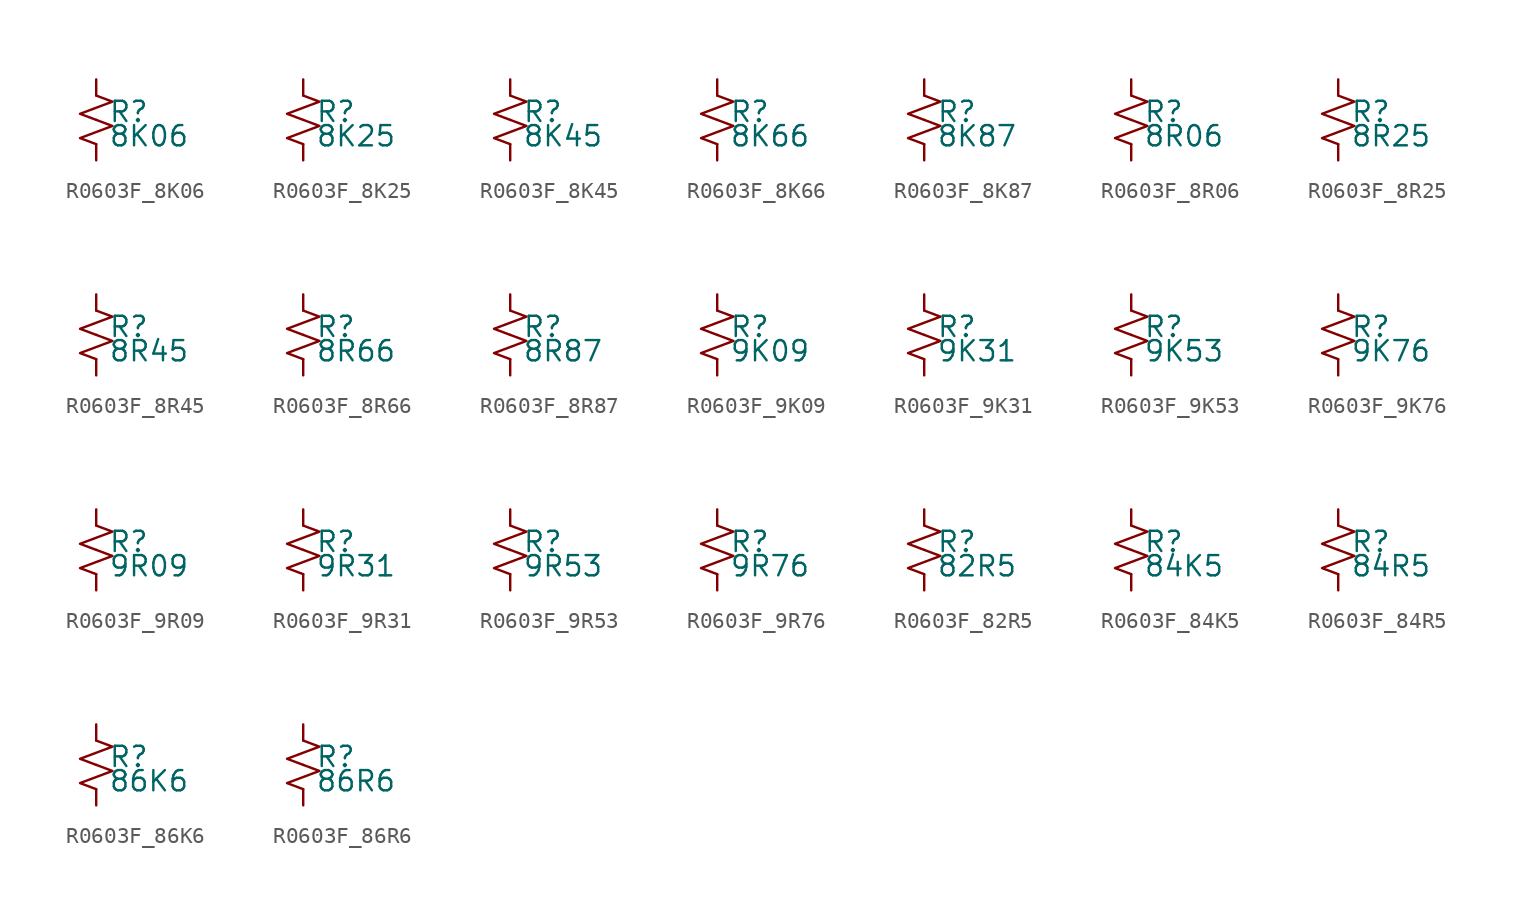
<source format=kicad_sym>
(kicad_symbol_lib
  (version 20220914)
  (generator kicad_symbol_editor)
  (symbol "R0603F_8K06"
    (pin_numbers hide)
    (pin_names
      (offset 0.254) hide)
    (property "Reference" "R"
      (at 0.762 0.508 0)
      (effects (font (size 1.27 1.27)) (justify left)))
    (property "Value" "8K06"
      (at 0.762 -1.016 0)
      (effects (font (size 1.27 1.27)) (justify left)))
    (symbol "R0603F_8K06_1_1"
      (polyline (pts (xy 0 0) (xy 1.016 -0.381) (xy 0 -0.762) (xy -1.016 -1.143) (xy 0 -1.524)) (stroke (width 0) (type default)) (fill (type none)))
      (polyline (pts (xy 0 1.524) (xy 1.016 1.143) (xy 0 0.762) (xy -1.016 0.381) (xy 0 0)) (stroke (width 0) (type default)) (fill (type none)))
      (pin passive line (at 0 2.54 270) (length 1.016) (name "~" (effects (font (size 1.27 1.27)))) (number "1" (effects (font (size 1.27 1.27)))))
      (pin passive line (at 0 -2.54 90) (length 1.016) (name "~" (effects (font (size 1.27 1.27)))) (number "2" (effects (font (size 1.27 1.27)))))))
  (symbol "R0603F_8K25"
    (pin_numbers hide)
    (pin_names
      (offset 0.254) hide)
    (property "Reference" "R"
      (at 0.762 0.508 0)
      (effects (font (size 1.27 1.27)) (justify left)))
    (property "Value" "8K25"
      (at 0.762 -1.016 0)
      (effects (font (size 1.27 1.27)) (justify left)))
    (symbol "R0603F_8K25_1_1"
      (polyline (pts (xy 0 0) (xy 1.016 -0.381) (xy 0 -0.762) (xy -1.016 -1.143) (xy 0 -1.524)) (stroke (width 0) (type default)) (fill (type none)))
      (polyline (pts (xy 0 1.524) (xy 1.016 1.143) (xy 0 0.762) (xy -1.016 0.381) (xy 0 0)) (stroke (width 0) (type default)) (fill (type none)))
      (pin passive line (at 0 2.54 270) (length 1.016) (name "~" (effects (font (size 1.27 1.27)))) (number "1" (effects (font (size 1.27 1.27)))))
      (pin passive line (at 0 -2.54 90) (length 1.016) (name "~" (effects (font (size 1.27 1.27)))) (number "2" (effects (font (size 1.27 1.27)))))))
  (symbol "R0603F_8K45"
    (pin_numbers hide)
    (pin_names
      (offset 0.254) hide)
    (property "Reference" "R"
      (at 0.762 0.508 0)
      (effects (font (size 1.27 1.27)) (justify left)))
    (property "Value" "8K45"
      (at 0.762 -1.016 0)
      (effects (font (size 1.27 1.27)) (justify left)))
    (symbol "R0603F_8K45_1_1"
      (polyline (pts (xy 0 0) (xy 1.016 -0.381) (xy 0 -0.762) (xy -1.016 -1.143) (xy 0 -1.524)) (stroke (width 0) (type default)) (fill (type none)))
      (polyline (pts (xy 0 1.524) (xy 1.016 1.143) (xy 0 0.762) (xy -1.016 0.381) (xy 0 0)) (stroke (width 0) (type default)) (fill (type none)))
      (pin passive line (at 0 2.54 270) (length 1.016) (name "~" (effects (font (size 1.27 1.27)))) (number "1" (effects (font (size 1.27 1.27)))))
      (pin passive line (at 0 -2.54 90) (length 1.016) (name "~" (effects (font (size 1.27 1.27)))) (number "2" (effects (font (size 1.27 1.27)))))))
  (symbol "R0603F_8K66"
    (pin_numbers hide)
    (pin_names
      (offset 0.254) hide)
    (property "Reference" "R"
      (at 0.762 0.508 0)
      (effects (font (size 1.27 1.27)) (justify left)))
    (property "Value" "8K66"
      (at 0.762 -1.016 0)
      (effects (font (size 1.27 1.27)) (justify left)))
    (symbol "R0603F_8K66_1_1"
      (polyline (pts (xy 0 0) (xy 1.016 -0.381) (xy 0 -0.762) (xy -1.016 -1.143) (xy 0 -1.524)) (stroke (width 0) (type default)) (fill (type none)))
      (polyline (pts (xy 0 1.524) (xy 1.016 1.143) (xy 0 0.762) (xy -1.016 0.381) (xy 0 0)) (stroke (width 0) (type default)) (fill (type none)))
      (pin passive line (at 0 2.54 270) (length 1.016) (name "~" (effects (font (size 1.27 1.27)))) (number "1" (effects (font (size 1.27 1.27)))))
      (pin passive line (at 0 -2.54 90) (length 1.016) (name "~" (effects (font (size 1.27 1.27)))) (number "2" (effects (font (size 1.27 1.27)))))))
  (symbol "R0603F_8K87"
    (pin_numbers hide)
    (pin_names
      (offset 0.254) hide)
    (property "Reference" "R"
      (at 0.762 0.508 0)
      (effects (font (size 1.27 1.27)) (justify left)))
    (property "Value" "8K87"
      (at 0.762 -1.016 0)
      (effects (font (size 1.27 1.27)) (justify left)))
    (symbol "R0603F_8K87_1_1"
      (polyline (pts (xy 0 0) (xy 1.016 -0.381) (xy 0 -0.762) (xy -1.016 -1.143) (xy 0 -1.524)) (stroke (width 0) (type default)) (fill (type none)))
      (polyline (pts (xy 0 1.524) (xy 1.016 1.143) (xy 0 0.762) (xy -1.016 0.381) (xy 0 0)) (stroke (width 0) (type default)) (fill (type none)))
      (pin passive line (at 0 2.54 270) (length 1.016) (name "~" (effects (font (size 1.27 1.27)))) (number "1" (effects (font (size 1.27 1.27)))))
      (pin passive line (at 0 -2.54 90) (length 1.016) (name "~" (effects (font (size 1.27 1.27)))) (number "2" (effects (font (size 1.27 1.27)))))))
  (symbol "R0603F_8R06"
    (pin_numbers hide)
    (pin_names
      (offset 0.254) hide)
    (property "Reference" "R"
      (at 0.762 0.508 0)
      (effects (font (size 1.27 1.27)) (justify left)))
    (property "Value" "8R06"
      (at 0.762 -1.016 0)
      (effects (font (size 1.27 1.27)) (justify left)))
    (symbol "R0603F_8R06_1_1"
      (polyline (pts (xy 0 0) (xy 1.016 -0.381) (xy 0 -0.762) (xy -1.016 -1.143) (xy 0 -1.524)) (stroke (width 0) (type default)) (fill (type none)))
      (polyline (pts (xy 0 1.524) (xy 1.016 1.143) (xy 0 0.762) (xy -1.016 0.381) (xy 0 0)) (stroke (width 0) (type default)) (fill (type none)))
      (pin passive line (at 0 2.54 270) (length 1.016) (name "~" (effects (font (size 1.27 1.27)))) (number "1" (effects (font (size 1.27 1.27)))))
      (pin passive line (at 0 -2.54 90) (length 1.016) (name "~" (effects (font (size 1.27 1.27)))) (number "2" (effects (font (size 1.27 1.27)))))))
  (symbol "R0603F_8R25"
    (pin_numbers hide)
    (pin_names
      (offset 0.254) hide)
    (property "Reference" "R"
      (at 0.762 0.508 0)
      (effects (font (size 1.27 1.27)) (justify left)))
    (property "Value" "8R25"
      (at 0.762 -1.016 0)
      (effects (font (size 1.27 1.27)) (justify left)))
    (symbol "R0603F_8R25_1_1"
      (polyline (pts (xy 0 0) (xy 1.016 -0.381) (xy 0 -0.762) (xy -1.016 -1.143) (xy 0 -1.524)) (stroke (width 0) (type default)) (fill (type none)))
      (polyline (pts (xy 0 1.524) (xy 1.016 1.143) (xy 0 0.762) (xy -1.016 0.381) (xy 0 0)) (stroke (width 0) (type default)) (fill (type none)))
      (pin passive line (at 0 2.54 270) (length 1.016) (name "~" (effects (font (size 1.27 1.27)))) (number "1" (effects (font (size 1.27 1.27)))))
      (pin passive line (at 0 -2.54 90) (length 1.016) (name "~" (effects (font (size 1.27 1.27)))) (number "2" (effects (font (size 1.27 1.27)))))))
  (symbol "R0603F_8R45"
    (pin_numbers hide)
    (pin_names
      (offset 0.254) hide)
    (property "Reference" "R"
      (at 0.762 0.508 0)
      (effects (font (size 1.27 1.27)) (justify left)))
    (property "Value" "8R45"
      (at 0.762 -1.016 0)
      (effects (font (size 1.27 1.27)) (justify left)))
    (symbol "R0603F_8R45_1_1"
      (polyline (pts (xy 0 0) (xy 1.016 -0.381) (xy 0 -0.762) (xy -1.016 -1.143) (xy 0 -1.524)) (stroke (width 0) (type default)) (fill (type none)))
      (polyline (pts (xy 0 1.524) (xy 1.016 1.143) (xy 0 0.762) (xy -1.016 0.381) (xy 0 0)) (stroke (width 0) (type default)) (fill (type none)))
      (pin passive line (at 0 2.54 270) (length 1.016) (name "~" (effects (font (size 1.27 1.27)))) (number "1" (effects (font (size 1.27 1.27)))))
      (pin passive line (at 0 -2.54 90) (length 1.016) (name "~" (effects (font (size 1.27 1.27)))) (number "2" (effects (font (size 1.27 1.27)))))))
  (symbol "R0603F_8R66"
    (pin_numbers hide)
    (pin_names
      (offset 0.254) hide)
    (property "Reference" "R"
      (at 0.762 0.508 0)
      (effects (font (size 1.27 1.27)) (justify left)))
    (property "Value" "8R66"
      (at 0.762 -1.016 0)
      (effects (font (size 1.27 1.27)) (justify left)))
    (symbol "R0603F_8R66_1_1"
      (polyline (pts (xy 0 0) (xy 1.016 -0.381) (xy 0 -0.762) (xy -1.016 -1.143) (xy 0 -1.524)) (stroke (width 0) (type default)) (fill (type none)))
      (polyline (pts (xy 0 1.524) (xy 1.016 1.143) (xy 0 0.762) (xy -1.016 0.381) (xy 0 0)) (stroke (width 0) (type default)) (fill (type none)))
      (pin passive line (at 0 2.54 270) (length 1.016) (name "~" (effects (font (size 1.27 1.27)))) (number "1" (effects (font (size 1.27 1.27)))))
      (pin passive line (at 0 -2.54 90) (length 1.016) (name "~" (effects (font (size 1.27 1.27)))) (number "2" (effects (font (size 1.27 1.27)))))))
  (symbol "R0603F_8R87"
    (pin_numbers hide)
    (pin_names
      (offset 0.254) hide)
    (property "Reference" "R"
      (at 0.762 0.508 0)
      (effects (font (size 1.27 1.27)) (justify left)))
    (property "Value" "8R87"
      (at 0.762 -1.016 0)
      (effects (font (size 1.27 1.27)) (justify left)))
    (symbol "R0603F_8R87_1_1"
      (polyline (pts (xy 0 0) (xy 1.016 -0.381) (xy 0 -0.762) (xy -1.016 -1.143) (xy 0 -1.524)) (stroke (width 0) (type default)) (fill (type none)))
      (polyline (pts (xy 0 1.524) (xy 1.016 1.143) (xy 0 0.762) (xy -1.016 0.381) (xy 0 0)) (stroke (width 0) (type default)) (fill (type none)))
      (pin passive line (at 0 2.54 270) (length 1.016) (name "~" (effects (font (size 1.27 1.27)))) (number "1" (effects (font (size 1.27 1.27)))))
      (pin passive line (at 0 -2.54 90) (length 1.016) (name "~" (effects (font (size 1.27 1.27)))) (number "2" (effects (font (size 1.27 1.27)))))))
  (symbol "R0603F_9K09"
    (pin_numbers hide)
    (pin_names
      (offset 0.254) hide)
    (property "Reference" "R"
      (at 0.762 0.508 0)
      (effects (font (size 1.27 1.27)) (justify left)))
    (property "Value" "9K09"
      (at 0.762 -1.016 0)
      (effects (font (size 1.27 1.27)) (justify left)))
    (symbol "R0603F_9K09_1_1"
      (polyline (pts (xy 0 0) (xy 1.016 -0.381) (xy 0 -0.762) (xy -1.016 -1.143) (xy 0 -1.524)) (stroke (width 0) (type default)) (fill (type none)))
      (polyline (pts (xy 0 1.524) (xy 1.016 1.143) (xy 0 0.762) (xy -1.016 0.381) (xy 0 0)) (stroke (width 0) (type default)) (fill (type none)))
      (pin passive line (at 0 2.54 270) (length 1.016) (name "~" (effects (font (size 1.27 1.27)))) (number "1" (effects (font (size 1.27 1.27)))))
      (pin passive line (at 0 -2.54 90) (length 1.016) (name "~" (effects (font (size 1.27 1.27)))) (number "2" (effects (font (size 1.27 1.27)))))))
  (symbol "R0603F_9K31"
    (pin_numbers hide)
    (pin_names
      (offset 0.254) hide)
    (property "Reference" "R"
      (at 0.762 0.508 0)
      (effects (font (size 1.27 1.27)) (justify left)))
    (property "Value" "9K31"
      (at 0.762 -1.016 0)
      (effects (font (size 1.27 1.27)) (justify left)))
    (symbol "R0603F_9K31_1_1"
      (polyline (pts (xy 0 0) (xy 1.016 -0.381) (xy 0 -0.762) (xy -1.016 -1.143) (xy 0 -1.524)) (stroke (width 0) (type default)) (fill (type none)))
      (polyline (pts (xy 0 1.524) (xy 1.016 1.143) (xy 0 0.762) (xy -1.016 0.381) (xy 0 0)) (stroke (width 0) (type default)) (fill (type none)))
      (pin passive line (at 0 2.54 270) (length 1.016) (name "~" (effects (font (size 1.27 1.27)))) (number "1" (effects (font (size 1.27 1.27)))))
      (pin passive line (at 0 -2.54 90) (length 1.016) (name "~" (effects (font (size 1.27 1.27)))) (number "2" (effects (font (size 1.27 1.27)))))))
  (symbol "R0603F_9K53"
    (pin_numbers hide)
    (pin_names
      (offset 0.254) hide)
    (property "Reference" "R"
      (at 0.762 0.508 0)
      (effects (font (size 1.27 1.27)) (justify left)))
    (property "Value" "9K53"
      (at 0.762 -1.016 0)
      (effects (font (size 1.27 1.27)) (justify left)))
    (symbol "R0603F_9K53_1_1"
      (polyline (pts (xy 0 0) (xy 1.016 -0.381) (xy 0 -0.762) (xy -1.016 -1.143) (xy 0 -1.524)) (stroke (width 0) (type default)) (fill (type none)))
      (polyline (pts (xy 0 1.524) (xy 1.016 1.143) (xy 0 0.762) (xy -1.016 0.381) (xy 0 0)) (stroke (width 0) (type default)) (fill (type none)))
      (pin passive line (at 0 2.54 270) (length 1.016) (name "~" (effects (font (size 1.27 1.27)))) (number "1" (effects (font (size 1.27 1.27)))))
      (pin passive line (at 0 -2.54 90) (length 1.016) (name "~" (effects (font (size 1.27 1.27)))) (number "2" (effects (font (size 1.27 1.27)))))))
  (symbol "R0603F_9K76"
    (pin_numbers hide)
    (pin_names
      (offset 0.254) hide)
    (property "Reference" "R"
      (at 0.762 0.508 0)
      (effects (font (size 1.27 1.27)) (justify left)))
    (property "Value" "9K76"
      (at 0.762 -1.016 0)
      (effects (font (size 1.27 1.27)) (justify left)))
    (symbol "R0603F_9K76_1_1"
      (polyline (pts (xy 0 0) (xy 1.016 -0.381) (xy 0 -0.762) (xy -1.016 -1.143) (xy 0 -1.524)) (stroke (width 0) (type default)) (fill (type none)))
      (polyline (pts (xy 0 1.524) (xy 1.016 1.143) (xy 0 0.762) (xy -1.016 0.381) (xy 0 0)) (stroke (width 0) (type default)) (fill (type none)))
      (pin passive line (at 0 2.54 270) (length 1.016) (name "~" (effects (font (size 1.27 1.27)))) (number "1" (effects (font (size 1.27 1.27)))))
      (pin passive line (at 0 -2.54 90) (length 1.016) (name "~" (effects (font (size 1.27 1.27)))) (number "2" (effects (font (size 1.27 1.27)))))))
  (symbol "R0603F_9R09"
    (pin_numbers hide)
    (pin_names
      (offset 0.254) hide)
    (property "Reference" "R"
      (at 0.762 0.508 0)
      (effects (font (size 1.27 1.27)) (justify left)))
    (property "Value" "9R09"
      (at 0.762 -1.016 0)
      (effects (font (size 1.27 1.27)) (justify left)))
    (symbol "R0603F_9R09_1_1"
      (polyline (pts (xy 0 0) (xy 1.016 -0.381) (xy 0 -0.762) (xy -1.016 -1.143) (xy 0 -1.524)) (stroke (width 0) (type default)) (fill (type none)))
      (polyline (pts (xy 0 1.524) (xy 1.016 1.143) (xy 0 0.762) (xy -1.016 0.381) (xy 0 0)) (stroke (width 0) (type default)) (fill (type none)))
      (pin passive line (at 0 2.54 270) (length 1.016) (name "~" (effects (font (size 1.27 1.27)))) (number "1" (effects (font (size 1.27 1.27)))))
      (pin passive line (at 0 -2.54 90) (length 1.016) (name "~" (effects (font (size 1.27 1.27)))) (number "2" (effects (font (size 1.27 1.27)))))))
  (symbol "R0603F_9R31"
    (pin_numbers hide)
    (pin_names
      (offset 0.254) hide)
    (property "Reference" "R"
      (at 0.762 0.508 0)
      (effects (font (size 1.27 1.27)) (justify left)))
    (property "Value" "9R31"
      (at 0.762 -1.016 0)
      (effects (font (size 1.27 1.27)) (justify left)))
    (symbol "R0603F_9R31_1_1"
      (polyline (pts (xy 0 0) (xy 1.016 -0.381) (xy 0 -0.762) (xy -1.016 -1.143) (xy 0 -1.524)) (stroke (width 0) (type default)) (fill (type none)))
      (polyline (pts (xy 0 1.524) (xy 1.016 1.143) (xy 0 0.762) (xy -1.016 0.381) (xy 0 0)) (stroke (width 0) (type default)) (fill (type none)))
      (pin passive line (at 0 2.54 270) (length 1.016) (name "~" (effects (font (size 1.27 1.27)))) (number "1" (effects (font (size 1.27 1.27)))))
      (pin passive line (at 0 -2.54 90) (length 1.016) (name "~" (effects (font (size 1.27 1.27)))) (number "2" (effects (font (size 1.27 1.27)))))))
  (symbol "R0603F_9R53"
    (pin_numbers hide)
    (pin_names
      (offset 0.254) hide)
    (property "Reference" "R"
      (at 0.762 0.508 0)
      (effects (font (size 1.27 1.27)) (justify left)))
    (property "Value" "9R53"
      (at 0.762 -1.016 0)
      (effects (font (size 1.27 1.27)) (justify left)))
    (symbol "R0603F_9R53_1_1"
      (polyline (pts (xy 0 0) (xy 1.016 -0.381) (xy 0 -0.762) (xy -1.016 -1.143) (xy 0 -1.524)) (stroke (width 0) (type default)) (fill (type none)))
      (polyline (pts (xy 0 1.524) (xy 1.016 1.143) (xy 0 0.762) (xy -1.016 0.381) (xy 0 0)) (stroke (width 0) (type default)) (fill (type none)))
      (pin passive line (at 0 2.54 270) (length 1.016) (name "~" (effects (font (size 1.27 1.27)))) (number "1" (effects (font (size 1.27 1.27)))))
      (pin passive line (at 0 -2.54 90) (length 1.016) (name "~" (effects (font (size 1.27 1.27)))) (number "2" (effects (font (size 1.27 1.27)))))))
  (symbol "R0603F_9R76"
    (pin_numbers hide)
    (pin_names
      (offset 0.254) hide)
    (property "Reference" "R"
      (at 0.762 0.508 0)
      (effects (font (size 1.27 1.27)) (justify left)))
    (property "Value" "9R76"
      (at 0.762 -1.016 0)
      (effects (font (size 1.27 1.27)) (justify left)))
    (symbol "R0603F_9R76_1_1"
      (polyline (pts (xy 0 0) (xy 1.016 -0.381) (xy 0 -0.762) (xy -1.016 -1.143) (xy 0 -1.524)) (stroke (width 0) (type default)) (fill (type none)))
      (polyline (pts (xy 0 1.524) (xy 1.016 1.143) (xy 0 0.762) (xy -1.016 0.381) (xy 0 0)) (stroke (width 0) (type default)) (fill (type none)))
      (pin passive line (at 0 2.54 270) (length 1.016) (name "~" (effects (font (size 1.27 1.27)))) (number "1" (effects (font (size 1.27 1.27)))))
      (pin passive line (at 0 -2.54 90) (length 1.016) (name "~" (effects (font (size 1.27 1.27)))) (number "2" (effects (font (size 1.27 1.27)))))))
  (symbol "R0603F_82R5"
    (pin_numbers hide)
    (pin_names
      (offset 0.254) hide)
    (property "Reference" "R"
      (at 0.762 0.508 0)
      (effects (font (size 1.27 1.27)) (justify left)))
    (property "Value" "82R5"
      (at 0.762 -1.016 0)
      (effects (font (size 1.27 1.27)) (justify left)))
    (symbol "R0603F_82R5_1_1"
      (polyline (pts (xy 0 0) (xy 1.016 -0.381) (xy 0 -0.762) (xy -1.016 -1.143) (xy 0 -1.524)) (stroke (width 0) (type default)) (fill (type none)))
      (polyline (pts (xy 0 1.524) (xy 1.016 1.143) (xy 0 0.762) (xy -1.016 0.381) (xy 0 0)) (stroke (width 0) (type default)) (fill (type none)))
      (pin passive line (at 0 2.54 270) (length 1.016) (name "~" (effects (font (size 1.27 1.27)))) (number "1" (effects (font (size 1.27 1.27)))))
      (pin passive line (at 0 -2.54 90) (length 1.016) (name "~" (effects (font (size 1.27 1.27)))) (number "2" (effects (font (size 1.27 1.27)))))))
  (symbol "R0603F_84K5"
    (pin_numbers hide)
    (pin_names
      (offset 0.254) hide)
    (property "Reference" "R"
      (at 0.762 0.508 0)
      (effects (font (size 1.27 1.27)) (justify left)))
    (property "Value" "84K5"
      (at 0.762 -1.016 0)
      (effects (font (size 1.27 1.27)) (justify left)))
    (symbol "R0603F_84K5_1_1"
      (polyline (pts (xy 0 0) (xy 1.016 -0.381) (xy 0 -0.762) (xy -1.016 -1.143) (xy 0 -1.524)) (stroke (width 0) (type default)) (fill (type none)))
      (polyline (pts (xy 0 1.524) (xy 1.016 1.143) (xy 0 0.762) (xy -1.016 0.381) (xy 0 0)) (stroke (width 0) (type default)) (fill (type none)))
      (pin passive line (at 0 2.54 270) (length 1.016) (name "~" (effects (font (size 1.27 1.27)))) (number "1" (effects (font (size 1.27 1.27)))))
      (pin passive line (at 0 -2.54 90) (length 1.016) (name "~" (effects (font (size 1.27 1.27)))) (number "2" (effects (font (size 1.27 1.27)))))))
  (symbol "R0603F_84R5"
    (pin_numbers hide)
    (pin_names
      (offset 0.254) hide)
    (property "Reference" "R"
      (at 0.762 0.508 0)
      (effects (font (size 1.27 1.27)) (justify left)))
    (property "Value" "84R5"
      (at 0.762 -1.016 0)
      (effects (font (size 1.27 1.27)) (justify left)))
    (symbol "R0603F_84R5_1_1"
      (polyline (pts (xy 0 0) (xy 1.016 -0.381) (xy 0 -0.762) (xy -1.016 -1.143) (xy 0 -1.524)) (stroke (width 0) (type default)) (fill (type none)))
      (polyline (pts (xy 0 1.524) (xy 1.016 1.143) (xy 0 0.762) (xy -1.016 0.381) (xy 0 0)) (stroke (width 0) (type default)) (fill (type none)))
      (pin passive line (at 0 2.54 270) (length 1.016) (name "~" (effects (font (size 1.27 1.27)))) (number "1" (effects (font (size 1.27 1.27)))))
      (pin passive line (at 0 -2.54 90) (length 1.016) (name "~" (effects (font (size 1.27 1.27)))) (number "2" (effects (font (size 1.27 1.27)))))))
  (symbol "R0603F_86K6"
    (pin_numbers hide)
    (pin_names
      (offset 0.254) hide)
    (property "Reference" "R"
      (at 0.762 0.508 0)
      (effects (font (size 1.27 1.27)) (justify left)))
    (property "Value" "86K6"
      (at 0.762 -1.016 0)
      (effects (font (size 1.27 1.27)) (justify left)))
    (symbol "R0603F_86K6_1_1"
      (polyline (pts (xy 0 0) (xy 1.016 -0.381) (xy 0 -0.762) (xy -1.016 -1.143) (xy 0 -1.524)) (stroke (width 0) (type default)) (fill (type none)))
      (polyline (pts (xy 0 1.524) (xy 1.016 1.143) (xy 0 0.762) (xy -1.016 0.381) (xy 0 0)) (stroke (width 0) (type default)) (fill (type none)))
      (pin passive line (at 0 2.54 270) (length 1.016) (name "~" (effects (font (size 1.27 1.27)))) (number "1" (effects (font (size 1.27 1.27)))))
      (pin passive line (at 0 -2.54 90) (length 1.016) (name "~" (effects (font (size 1.27 1.27)))) (number "2" (effects (font (size 1.27 1.27)))))))
  (symbol "R0603F_86R6"
    (pin_numbers hide)
    (pin_names
      (offset 0.254) hide)
    (property "Reference" "R"
      (at 0.762 0.508 0)
      (effects (font (size 1.27 1.27)) (justify left)))
    (property "Value" "86R6"
      (at 0.762 -1.016 0)
      (effects (font (size 1.27 1.27)) (justify left)))
    (symbol "R0603F_86R6_1_1"
      (polyline (pts (xy 0 0) (xy 1.016 -0.381) (xy 0 -0.762) (xy -1.016 -1.143) (xy 0 -1.524)) (stroke (width 0) (type default)) (fill (type none)))
      (polyline (pts (xy 0 1.524) (xy 1.016 1.143) (xy 0 0.762) (xy -1.016 0.381) (xy 0 0)) (stroke (width 0) (type default)) (fill (type none)))
      (pin passive line (at 0 2.54 270) (length 1.016) (name "~" (effects (font (size 1.27 1.27)))) (number "1" (effects (font (size 1.27 1.27)))))
      (pin passive line (at 0 -2.54 90) (length 1.016) (name "~" (effects (font (size 1.27 1.27)))) (number "2" (effects (font (size 1.27 1.27))))))))
</source>
